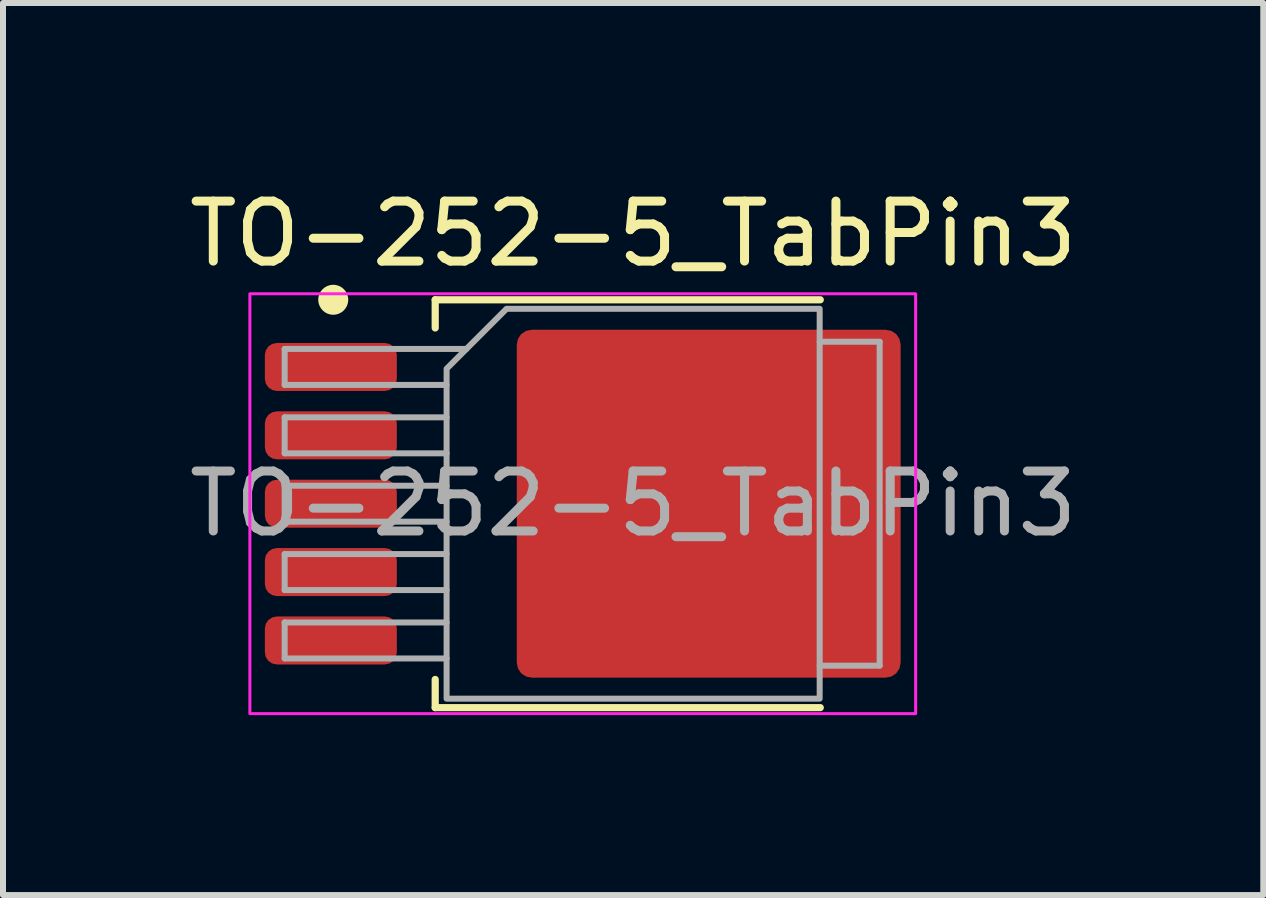
<source format=kicad_pcb>
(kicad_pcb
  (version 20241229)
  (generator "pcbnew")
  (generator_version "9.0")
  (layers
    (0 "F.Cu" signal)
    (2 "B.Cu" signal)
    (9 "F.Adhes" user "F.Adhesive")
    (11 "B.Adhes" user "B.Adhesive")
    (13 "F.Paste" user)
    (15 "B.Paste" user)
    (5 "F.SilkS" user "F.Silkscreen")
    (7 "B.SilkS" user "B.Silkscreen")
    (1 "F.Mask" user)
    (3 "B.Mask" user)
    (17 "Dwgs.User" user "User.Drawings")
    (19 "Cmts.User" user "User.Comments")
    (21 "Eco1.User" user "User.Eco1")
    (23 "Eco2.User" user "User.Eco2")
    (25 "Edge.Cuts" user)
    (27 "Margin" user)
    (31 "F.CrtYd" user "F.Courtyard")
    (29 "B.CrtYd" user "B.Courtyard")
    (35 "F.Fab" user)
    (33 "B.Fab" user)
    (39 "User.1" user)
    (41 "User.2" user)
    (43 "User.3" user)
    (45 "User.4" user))
  (footprint "TO-252-5_TabPin3"
    (layer "F.Cu")
    (at 7.506 5.348)
    (property "Reference" "TO-252-5_TabPin3" (at 0 -4.5 0) (layer "F.SilkS") (effects (font (size 1 1) (thickness 0.15))))
    (attr smd)
    (fp_line (start -3.3 -3.4) (end -3.3 -2.93) (stroke (width 0.12) (type solid)) (layer "F.SilkS"))
    (fp_line (start -3.3 3.4) (end -3.3 2.93) (stroke (width 0.12) (type solid)) (layer "F.SilkS"))
    (fp_line (start 3.12 -3.4) (end -3.3 -3.4) (stroke (width 0.12) (type solid)) (layer "F.SilkS"))
    (fp_line (start 3.12 3.4) (end -3.3 3.4) (stroke (width 0.12) (type solid)) (layer "F.SilkS"))
    (fp_circle (center -5 -3.4) (end -5 -3.2) (stroke (width 0.1) (type default)) (fill yes) (layer "F.SilkS"))
    (fp_rect (start -6.39 -3.5) (end 4.71 3.5) (stroke (width 0.05) (type solid)) (fill no) (layer "F.CrtYd"))
    (fp_line (start -5.81 -2.58) (end -5.81 -1.98) (stroke (width 0.1) (type solid)) (layer "F.Fab"))
    (fp_line (start -5.81 -1.98) (end -3.11 -1.98) (stroke (width 0.1) (type solid)) (layer "F.Fab"))
    (fp_line (start -5.81 -1.44) (end -5.81 -0.84) (stroke (width 0.1) (type solid)) (layer "F.Fab"))
    (fp_line (start -5.81 -0.84) (end -3.11 -0.84) (stroke (width 0.1) (type solid)) (layer "F.Fab"))
    (fp_line (start -5.81 -0.3) (end -5.81 0.3) (stroke (width 0.1) (type solid)) (layer "F.Fab"))
    (fp_line (start -5.81 0.3) (end -3.11 0.3) (stroke (width 0.1) (type solid)) (layer "F.Fab"))
    (fp_line (start -5.81 0.84) (end -5.81 1.44) (stroke (width 0.1) (type solid)) (layer "F.Fab"))
    (fp_line (start -5.81 1.44) (end -3.11 1.44) (stroke (width 0.1) (type solid)) (layer "F.Fab"))
    (fp_line (start -5.81 1.98) (end -5.81 2.58) (stroke (width 0.1) (type solid)) (layer "F.Fab"))
    (fp_line (start -5.81 2.58) (end -3.11 2.58) (stroke (width 0.1) (type solid)) (layer "F.Fab"))
    (fp_line (start -3.11 -1.44) (end -5.81 -1.44) (stroke (width 0.1) (type solid)) (layer "F.Fab"))
    (fp_line (start -3.11 -0.3) (end -5.81 -0.3) (stroke (width 0.1) (type solid)) (layer "F.Fab"))
    (fp_line (start -3.11 0.84) (end -5.81 0.84) (stroke (width 0.1) (type solid)) (layer "F.Fab"))
    (fp_line (start -3.11 1.98) (end -5.81 1.98) (stroke (width 0.1) (type solid)) (layer "F.Fab"))
    (fp_line (start -2.78 -2.58) (end -5.81 -2.58) (stroke (width 0.1) (type solid)) (layer "F.Fab"))
    (fp_line (start 3.11 -2.7) (end 4.11 -2.7) (stroke (width 0.1) (type solid)) (layer "F.Fab"))
    (fp_line (start 4.11 -2.7) (end 4.11 2.7) (stroke (width 0.1) (type solid)) (layer "F.Fab"))
    (fp_line (start 4.11 2.7) (end 3.11 2.7) (stroke (width 0.1) (type solid)) (layer "F.Fab"))
    (fp_poly (pts (xy 3.11 -3.25) (xy 3.11 3.25) (xy -3.11 3.25) (xy -3.11 -2.25) (xy -2.11 -3.25)) (stroke (width 0.1) (type solid)) (fill no) (layer "F.Fab"))
    (fp_text user "${REFERENCE}" (at 0 0 0) (layer "F.Fab") (effects (font (size 1 1) (thickness 0.15))))
    (pad "" smd roundrect (at -0.415 -1.525) (size 3.05 2.75) (layers "F.Paste") (roundrect_rratio 0.091))
    (pad "" smd roundrect (at -0.415 1.525) (size 3.05 2.75) (layers "F.Paste") (roundrect_rratio 0.091))
    (pad "" smd roundrect (at 2.935 -1.525) (size 3.05 2.75) (layers "F.Paste") (roundrect_rratio 0.091))
    (pad "" smd roundrect (at 2.935 1.525) (size 3.05 2.75) (layers "F.Paste") (roundrect_rratio 0.091))
    (pad "1" smd roundrect (at -5.04 -2.28) (size 2.2 0.8) (layers "F.Cu" "F.Mask" "F.Paste") (roundrect_rratio 0.25))
    (pad "2" smd roundrect (at -5.04 -1.14) (size 2.2 0.8) (layers "F.Cu" "F.Mask" "F.Paste") (roundrect_rratio 0.25))
    (pad "3" smd roundrect (at -5.04 0) (size 2.2 0.8) (layers "F.Cu" "F.Mask" "F.Paste") (roundrect_rratio 0.25))
    (pad "3" smd roundrect (at 1.26 0) (size 6.4 5.8) (layers "F.Cu" "F.Mask") (roundrect_rratio 0.043))
    (pad "4" smd roundrect (at -5.04 1.14) (size 2.2 0.8) (layers "F.Cu" "F.Mask" "F.Paste") (roundrect_rratio 0.25))
    (pad "5" smd roundrect (at -5.04 2.28) (size 2.2 0.8) (layers "F.Cu" "F.Mask" "F.Paste") (roundrect_rratio 0.25)))
  (gr_rect
    (start -3 -3)
    (end 18.012 11.873)
    (stroke (width 0.1) (type default))
    (fill no)
    (layer "Edge.Cuts")))
</source>
